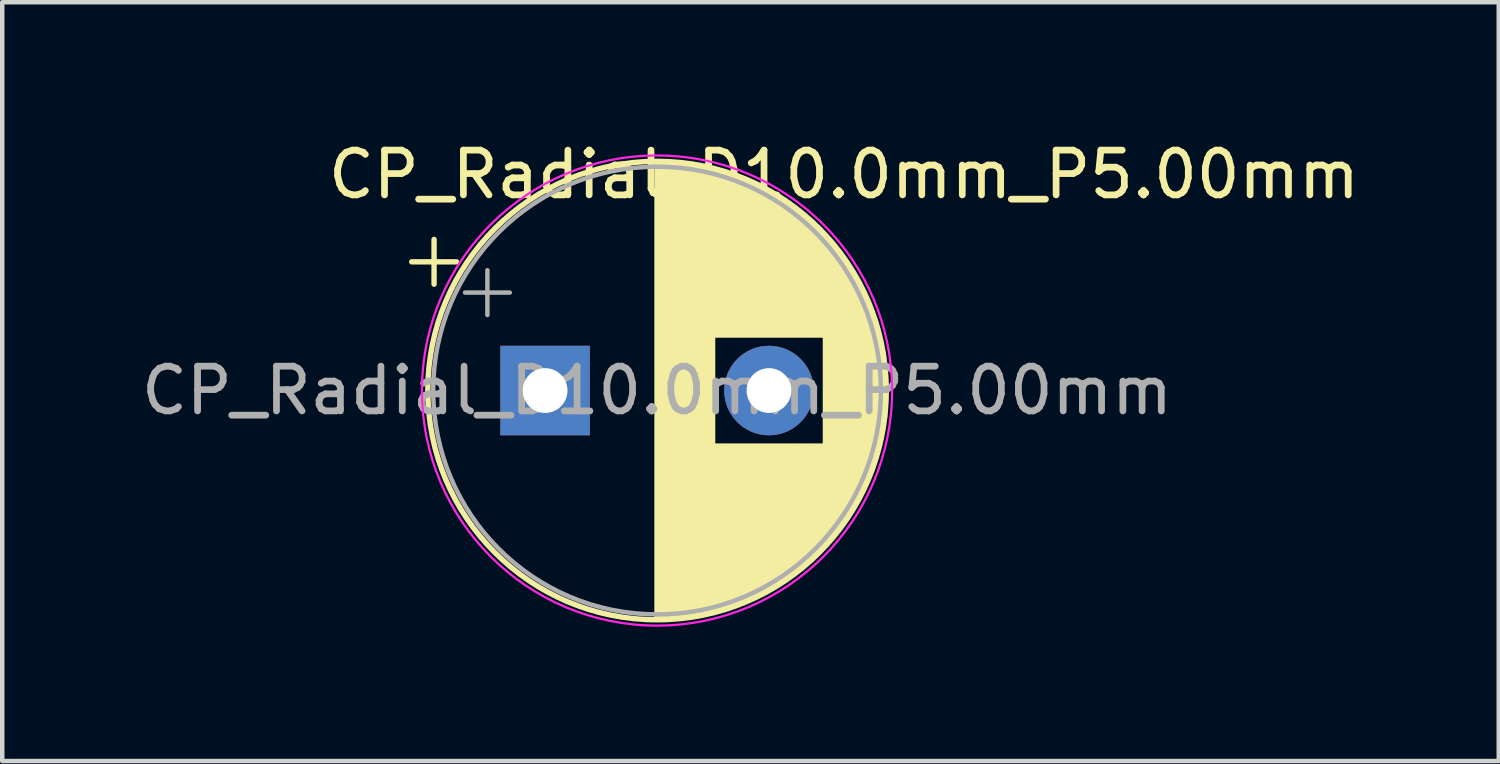
<source format=kicad_pcb>
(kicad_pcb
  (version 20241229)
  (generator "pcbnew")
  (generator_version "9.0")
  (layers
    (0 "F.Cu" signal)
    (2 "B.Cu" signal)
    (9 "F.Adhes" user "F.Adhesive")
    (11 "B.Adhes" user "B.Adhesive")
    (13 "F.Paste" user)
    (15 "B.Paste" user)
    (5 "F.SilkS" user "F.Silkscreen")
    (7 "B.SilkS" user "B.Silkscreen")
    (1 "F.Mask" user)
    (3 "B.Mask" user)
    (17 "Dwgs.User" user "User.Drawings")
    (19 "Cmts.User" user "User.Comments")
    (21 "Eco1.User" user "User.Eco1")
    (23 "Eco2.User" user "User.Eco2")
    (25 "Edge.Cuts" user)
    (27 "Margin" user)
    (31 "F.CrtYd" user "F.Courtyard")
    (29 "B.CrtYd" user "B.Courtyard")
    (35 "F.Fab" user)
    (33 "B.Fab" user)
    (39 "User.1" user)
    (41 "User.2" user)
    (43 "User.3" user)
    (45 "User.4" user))
  (footprint "CP_Radial_D10.0mm_P5.00mm"
    (layer "F.Cu")
    (at 9.125 5.673)
    (property "Reference" "CP_Radial_D10.0mm_P5.00mm" (at 6.675 -4.825 0) (layer "F.SilkS") (effects (font (size 1 1) (thickness 0.15))))
    (attr through_hole)
    (fp_line (start -2.98 -2.875) (end -1.98 -2.875) (stroke (width 0.12) (type solid)) (layer "F.SilkS"))
    (fp_line (start -2.48 -3.375) (end -2.48 -2.375) (stroke (width 0.12) (type solid)) (layer "F.SilkS"))
    (fp_line (start 2.5 -5.08) (end 2.5 5.08) (stroke (width 0.12) (type solid)) (layer "F.SilkS"))
    (fp_line (start 2.54 -5.08) (end 2.54 5.08) (stroke (width 0.12) (type solid)) (layer "F.SilkS"))
    (fp_line (start 2.58 -5.08) (end 2.58 5.08) (stroke (width 0.12) (type solid)) (layer "F.SilkS"))
    (fp_line (start 2.62 -5.079) (end 2.62 5.079) (stroke (width 0.12) (type solid)) (layer "F.SilkS"))
    (fp_line (start 2.66 -5.078) (end 2.66 5.078) (stroke (width 0.12) (type solid)) (layer "F.SilkS"))
    (fp_line (start 2.7 -5.077) (end 2.7 5.077) (stroke (width 0.12) (type solid)) (layer "F.SilkS"))
    (fp_line (start 2.74 -5.075) (end 2.74 5.075) (stroke (width 0.12) (type solid)) (layer "F.SilkS"))
    (fp_line (start 2.78 -5.073) (end 2.78 5.073) (stroke (width 0.12) (type solid)) (layer "F.SilkS"))
    (fp_line (start 2.82 -5.07) (end 2.82 5.07) (stroke (width 0.12) (type solid)) (layer "F.SilkS"))
    (fp_line (start 2.86 -5.068) (end 2.86 5.068) (stroke (width 0.12) (type solid)) (layer "F.SilkS"))
    (fp_line (start 2.9 -5.065) (end 2.9 5.065) (stroke (width 0.12) (type solid)) (layer "F.SilkS"))
    (fp_line (start 2.94 -5.062) (end 2.94 5.062) (stroke (width 0.12) (type solid)) (layer "F.SilkS"))
    (fp_line (start 2.98 -5.058) (end 2.98 5.058) (stroke (width 0.12) (type solid)) (layer "F.SilkS"))
    (fp_line (start 3.02 -5.054) (end 3.02 5.054) (stroke (width 0.12) (type solid)) (layer "F.SilkS"))
    (fp_line (start 3.06 -5.05) (end 3.06 5.05) (stroke (width 0.12) (type solid)) (layer "F.SilkS"))
    (fp_line (start 3.1 -5.045) (end 3.1 5.045) (stroke (width 0.12) (type solid)) (layer "F.SilkS"))
    (fp_line (start 3.14 -5.04) (end 3.14 5.04) (stroke (width 0.12) (type solid)) (layer "F.SilkS"))
    (fp_line (start 3.18 -5.035) (end 3.18 5.035) (stroke (width 0.12) (type solid)) (layer "F.SilkS"))
    (fp_line (start 3.221 -5.03) (end 3.221 5.03) (stroke (width 0.12) (type solid)) (layer "F.SilkS"))
    (fp_line (start 3.261 -5.024) (end 3.261 5.024) (stroke (width 0.12) (type solid)) (layer "F.SilkS"))
    (fp_line (start 3.301 -5.018) (end 3.301 5.018) (stroke (width 0.12) (type solid)) (layer "F.SilkS"))
    (fp_line (start 3.341 -5.011) (end 3.341 5.011) (stroke (width 0.12) (type solid)) (layer "F.SilkS"))
    (fp_line (start 3.381 -5.004) (end 3.381 5.004) (stroke (width 0.12) (type solid)) (layer "F.SilkS"))
    (fp_line (start 3.421 -4.997) (end 3.421 4.997) (stroke (width 0.12) (type solid)) (layer "F.SilkS"))
    (fp_line (start 3.461 -4.99) (end 3.461 4.99) (stroke (width 0.12) (type solid)) (layer "F.SilkS"))
    (fp_line (start 3.501 -4.982) (end 3.501 4.982) (stroke (width 0.12) (type solid)) (layer "F.SilkS"))
    (fp_line (start 3.541 -4.974) (end 3.541 4.974) (stroke (width 0.12) (type solid)) (layer "F.SilkS"))
    (fp_line (start 3.581 -4.965) (end 3.581 4.965) (stroke (width 0.12) (type solid)) (layer "F.SilkS"))
    (fp_line (start 3.621 -4.956) (end 3.621 4.956) (stroke (width 0.12) (type solid)) (layer "F.SilkS"))
    (fp_line (start 3.661 -4.947) (end 3.661 4.947) (stroke (width 0.12) (type solid)) (layer "F.SilkS"))
    (fp_line (start 3.701 -4.938) (end 3.701 4.938) (stroke (width 0.12) (type solid)) (layer "F.SilkS"))
    (fp_line (start 3.741 -4.928) (end 3.741 4.928) (stroke (width 0.12) (type solid)) (layer "F.SilkS"))
    (fp_line (start 3.781 -4.918) (end 3.781 -1.241) (stroke (width 0.12) (type solid)) (layer "F.SilkS"))
    (fp_line (start 3.781 1.241) (end 3.781 4.918) (stroke (width 0.12) (type solid)) (layer "F.SilkS"))
    (fp_line (start 3.821 -4.907) (end 3.821 -1.241) (stroke (width 0.12) (type solid)) (layer "F.SilkS"))
    (fp_line (start 3.821 1.241) (end 3.821 4.907) (stroke (width 0.12) (type solid)) (layer "F.SilkS"))
    (fp_line (start 3.861 -4.897) (end 3.861 -1.241) (stroke (width 0.12) (type solid)) (layer "F.SilkS"))
    (fp_line (start 3.861 1.241) (end 3.861 4.897) (stroke (width 0.12) (type solid)) (layer "F.SilkS"))
    (fp_line (start 3.901 -4.885) (end 3.901 -1.241) (stroke (width 0.12) (type solid)) (layer "F.SilkS"))
    (fp_line (start 3.901 1.241) (end 3.901 4.885) (stroke (width 0.12) (type solid)) (layer "F.SilkS"))
    (fp_line (start 3.941 -4.874) (end 3.941 -1.241) (stroke (width 0.12) (type solid)) (layer "F.SilkS"))
    (fp_line (start 3.941 1.241) (end 3.941 4.874) (stroke (width 0.12) (type solid)) (layer "F.SilkS"))
    (fp_line (start 3.981 -4.862) (end 3.981 -1.241) (stroke (width 0.12) (type solid)) (layer "F.SilkS"))
    (fp_line (start 3.981 1.241) (end 3.981 4.862) (stroke (width 0.12) (type solid)) (layer "F.SilkS"))
    (fp_line (start 4.021 -4.85) (end 4.021 -1.241) (stroke (width 0.12) (type solid)) (layer "F.SilkS"))
    (fp_line (start 4.021 1.241) (end 4.021 4.85) (stroke (width 0.12) (type solid)) (layer "F.SilkS"))
    (fp_line (start 4.061 -4.837) (end 4.061 -1.241) (stroke (width 0.12) (type solid)) (layer "F.SilkS"))
    (fp_line (start 4.061 1.241) (end 4.061 4.837) (stroke (width 0.12) (type solid)) (layer "F.SilkS"))
    (fp_line (start 4.101 -4.824) (end 4.101 -1.241) (stroke (width 0.12) (type solid)) (layer "F.SilkS"))
    (fp_line (start 4.101 1.241) (end 4.101 4.824) (stroke (width 0.12) (type solid)) (layer "F.SilkS"))
    (fp_line (start 4.141 -4.811) (end 4.141 -1.241) (stroke (width 0.12) (type solid)) (layer "F.SilkS"))
    (fp_line (start 4.141 1.241) (end 4.141 4.811) (stroke (width 0.12) (type solid)) (layer "F.SilkS"))
    (fp_line (start 4.181 -4.797) (end 4.181 -1.241) (stroke (width 0.12) (type solid)) (layer "F.SilkS"))
    (fp_line (start 4.181 1.241) (end 4.181 4.797) (stroke (width 0.12) (type solid)) (layer "F.SilkS"))
    (fp_line (start 4.221 -4.783) (end 4.221 -1.241) (stroke (width 0.12) (type solid)) (layer "F.SilkS"))
    (fp_line (start 4.221 1.241) (end 4.221 4.783) (stroke (width 0.12) (type solid)) (layer "F.SilkS"))
    (fp_line (start 4.261 -4.768) (end 4.261 -1.241) (stroke (width 0.12) (type solid)) (layer "F.SilkS"))
    (fp_line (start 4.261 1.241) (end 4.261 4.768) (stroke (width 0.12) (type solid)) (layer "F.SilkS"))
    (fp_line (start 4.301 -4.754) (end 4.301 -1.241) (stroke (width 0.12) (type solid)) (layer "F.SilkS"))
    (fp_line (start 4.301 1.241) (end 4.301 4.754) (stroke (width 0.12) (type solid)) (layer "F.SilkS"))
    (fp_line (start 4.341 -4.738) (end 4.341 -1.241) (stroke (width 0.12) (type solid)) (layer "F.SilkS"))
    (fp_line (start 4.341 1.241) (end 4.341 4.738) (stroke (width 0.12) (type solid)) (layer "F.SilkS"))
    (fp_line (start 4.381 -4.723) (end 4.381 -1.241) (stroke (width 0.12) (type solid)) (layer "F.SilkS"))
    (fp_line (start 4.381 1.241) (end 4.381 4.723) (stroke (width 0.12) (type solid)) (layer "F.SilkS"))
    (fp_line (start 4.421 -4.707) (end 4.421 -1.241) (stroke (width 0.12) (type solid)) (layer "F.SilkS"))
    (fp_line (start 4.421 1.241) (end 4.421 4.707) (stroke (width 0.12) (type solid)) (layer "F.SilkS"))
    (fp_line (start 4.461 -4.69) (end 4.461 -1.241) (stroke (width 0.12) (type solid)) (layer "F.SilkS"))
    (fp_line (start 4.461 1.241) (end 4.461 4.69) (stroke (width 0.12) (type solid)) (layer "F.SilkS"))
    (fp_line (start 4.501 -4.674) (end 4.501 -1.241) (stroke (width 0.12) (type solid)) (layer "F.SilkS"))
    (fp_line (start 4.501 1.241) (end 4.501 4.674) (stroke (width 0.12) (type solid)) (layer "F.SilkS"))
    (fp_line (start 4.541 -4.657) (end 4.541 -1.241) (stroke (width 0.12) (type solid)) (layer "F.SilkS"))
    (fp_line (start 4.541 1.241) (end 4.541 4.657) (stroke (width 0.12) (type solid)) (layer "F.SilkS"))
    (fp_line (start 4.581 -4.639) (end 4.581 -1.241) (stroke (width 0.12) (type solid)) (layer "F.SilkS"))
    (fp_line (start 4.581 1.241) (end 4.581 4.639) (stroke (width 0.12) (type solid)) (layer "F.SilkS"))
    (fp_line (start 4.621 -4.621) (end 4.621 -1.241) (stroke (width 0.12) (type solid)) (layer "F.SilkS"))
    (fp_line (start 4.621 1.241) (end 4.621 4.621) (stroke (width 0.12) (type solid)) (layer "F.SilkS"))
    (fp_line (start 4.661 -4.603) (end 4.661 -1.241) (stroke (width 0.12) (type solid)) (layer "F.SilkS"))
    (fp_line (start 4.661 1.241) (end 4.661 4.603) (stroke (width 0.12) (type solid)) (layer "F.SilkS"))
    (fp_line (start 4.701 -4.584) (end 4.701 -1.241) (stroke (width 0.12) (type solid)) (layer "F.SilkS"))
    (fp_line (start 4.701 1.241) (end 4.701 4.584) (stroke (width 0.12) (type solid)) (layer "F.SilkS"))
    (fp_line (start 4.741 -4.564) (end 4.741 -1.241) (stroke (width 0.12) (type solid)) (layer "F.SilkS"))
    (fp_line (start 4.741 1.241) (end 4.741 4.564) (stroke (width 0.12) (type solid)) (layer "F.SilkS"))
    (fp_line (start 4.781 -4.545) (end 4.781 -1.241) (stroke (width 0.12) (type solid)) (layer "F.SilkS"))
    (fp_line (start 4.781 1.241) (end 4.781 4.545) (stroke (width 0.12) (type solid)) (layer "F.SilkS"))
    (fp_line (start 4.821 -4.525) (end 4.821 -1.241) (stroke (width 0.12) (type solid)) (layer "F.SilkS"))
    (fp_line (start 4.821 1.241) (end 4.821 4.525) (stroke (width 0.12) (type solid)) (layer "F.SilkS"))
    (fp_line (start 4.861 -4.504) (end 4.861 -1.241) (stroke (width 0.12) (type solid)) (layer "F.SilkS"))
    (fp_line (start 4.861 1.241) (end 4.861 4.504) (stroke (width 0.12) (type solid)) (layer "F.SilkS"))
    (fp_line (start 4.901 -4.483) (end 4.901 -1.241) (stroke (width 0.12) (type solid)) (layer "F.SilkS"))
    (fp_line (start 4.901 1.241) (end 4.901 4.483) (stroke (width 0.12) (type solid)) (layer "F.SilkS"))
    (fp_line (start 4.941 -4.462) (end 4.941 -1.241) (stroke (width 0.12) (type solid)) (layer "F.SilkS"))
    (fp_line (start 4.941 1.241) (end 4.941 4.462) (stroke (width 0.12) (type solid)) (layer "F.SilkS"))
    (fp_line (start 4.981 -4.44) (end 4.981 -1.241) (stroke (width 0.12) (type solid)) (layer "F.SilkS"))
    (fp_line (start 4.981 1.241) (end 4.981 4.44) (stroke (width 0.12) (type solid)) (layer "F.SilkS"))
    (fp_line (start 5.021 -4.417) (end 5.021 -1.241) (stroke (width 0.12) (type solid)) (layer "F.SilkS"))
    (fp_line (start 5.021 1.241) (end 5.021 4.417) (stroke (width 0.12) (type solid)) (layer "F.SilkS"))
    (fp_line (start 5.061 -4.395) (end 5.061 -1.241) (stroke (width 0.12) (type solid)) (layer "F.SilkS"))
    (fp_line (start 5.061 1.241) (end 5.061 4.395) (stroke (width 0.12) (type solid)) (layer "F.SilkS"))
    (fp_line (start 5.101 -4.371) (end 5.101 -1.241) (stroke (width 0.12) (type solid)) (layer "F.SilkS"))
    (fp_line (start 5.101 1.241) (end 5.101 4.371) (stroke (width 0.12) (type solid)) (layer "F.SilkS"))
    (fp_line (start 5.141 -4.347) (end 5.141 -1.241) (stroke (width 0.12) (type solid)) (layer "F.SilkS"))
    (fp_line (start 5.141 1.241) (end 5.141 4.347) (stroke (width 0.12) (type solid)) (layer "F.SilkS"))
    (fp_line (start 5.181 -4.323) (end 5.181 -1.241) (stroke (width 0.12) (type solid)) (layer "F.SilkS"))
    (fp_line (start 5.181 1.241) (end 5.181 4.323) (stroke (width 0.12) (type solid)) (layer "F.SilkS"))
    (fp_line (start 5.221 -4.298) (end 5.221 -1.241) (stroke (width 0.12) (type solid)) (layer "F.SilkS"))
    (fp_line (start 5.221 1.241) (end 5.221 4.298) (stroke (width 0.12) (type solid)) (layer "F.SilkS"))
    (fp_line (start 5.261 -4.273) (end 5.261 -1.241) (stroke (width 0.12) (type solid)) (layer "F.SilkS"))
    (fp_line (start 5.261 1.241) (end 5.261 4.273) (stroke (width 0.12) (type solid)) (layer "F.SilkS"))
    (fp_line (start 5.301 -4.247) (end 5.301 -1.241) (stroke (width 0.12) (type solid)) (layer "F.SilkS"))
    (fp_line (start 5.301 1.241) (end 5.301 4.247) (stroke (width 0.12) (type solid)) (layer "F.SilkS"))
    (fp_line (start 5.341 -4.221) (end 5.341 -1.241) (stroke (width 0.12) (type solid)) (layer "F.SilkS"))
    (fp_line (start 5.341 1.241) (end 5.341 4.221) (stroke (width 0.12) (type solid)) (layer "F.SilkS"))
    (fp_line (start 5.381 -4.194) (end 5.381 -1.241) (stroke (width 0.12) (type solid)) (layer "F.SilkS"))
    (fp_line (start 5.381 1.241) (end 5.381 4.194) (stroke (width 0.12) (type solid)) (layer "F.SilkS"))
    (fp_line (start 5.421 -4.166) (end 5.421 -1.241) (stroke (width 0.12) (type solid)) (layer "F.SilkS"))
    (fp_line (start 5.421 1.241) (end 5.421 4.166) (stroke (width 0.12) (type solid)) (layer "F.SilkS"))
    (fp_line (start 5.461 -4.138) (end 5.461 -1.241) (stroke (width 0.12) (type solid)) (layer "F.SilkS"))
    (fp_line (start 5.461 1.241) (end 5.461 4.138) (stroke (width 0.12) (type solid)) (layer "F.SilkS"))
    (fp_line (start 5.501 -4.11) (end 5.501 -1.241) (stroke (width 0.12) (type solid)) (layer "F.SilkS"))
    (fp_line (start 5.501 1.241) (end 5.501 4.11) (stroke (width 0.12) (type solid)) (layer "F.SilkS"))
    (fp_line (start 5.541 -4.08) (end 5.541 -1.241) (stroke (width 0.12) (type solid)) (layer "F.SilkS"))
    (fp_line (start 5.541 1.241) (end 5.541 4.08) (stroke (width 0.12) (type solid)) (layer "F.SilkS"))
    (fp_line (start 5.581 -4.05) (end 5.581 -1.241) (stroke (width 0.12) (type solid)) (layer "F.SilkS"))
    (fp_line (start 5.581 1.241) (end 5.581 4.05) (stroke (width 0.12) (type solid)) (layer "F.SilkS"))
    (fp_line (start 5.621 -4.02) (end 5.621 -1.241) (stroke (width 0.12) (type solid)) (layer "F.SilkS"))
    (fp_line (start 5.621 1.241) (end 5.621 4.02) (stroke (width 0.12) (type solid)) (layer "F.SilkS"))
    (fp_line (start 5.661 -3.989) (end 5.661 -1.241) (stroke (width 0.12) (type solid)) (layer "F.SilkS"))
    (fp_line (start 5.661 1.241) (end 5.661 3.989) (stroke (width 0.12) (type solid)) (layer "F.SilkS"))
    (fp_line (start 5.701 -3.957) (end 5.701 -1.241) (stroke (width 0.12) (type solid)) (layer "F.SilkS"))
    (fp_line (start 5.701 1.241) (end 5.701 3.957) (stroke (width 0.12) (type solid)) (layer "F.SilkS"))
    (fp_line (start 5.741 -3.925) (end 5.741 -1.241) (stroke (width 0.12) (type solid)) (layer "F.SilkS"))
    (fp_line (start 5.741 1.241) (end 5.741 3.925) (stroke (width 0.12) (type solid)) (layer "F.SilkS"))
    (fp_line (start 5.781 -3.892) (end 5.781 -1.241) (stroke (width 0.12) (type solid)) (layer "F.SilkS"))
    (fp_line (start 5.781 1.241) (end 5.781 3.892) (stroke (width 0.12) (type solid)) (layer "F.SilkS"))
    (fp_line (start 5.821 -3.858) (end 5.821 -1.241) (stroke (width 0.12) (type solid)) (layer "F.SilkS"))
    (fp_line (start 5.821 1.241) (end 5.821 3.858) (stroke (width 0.12) (type solid)) (layer "F.SilkS"))
    (fp_line (start 5.861 -3.824) (end 5.861 -1.241) (stroke (width 0.12) (type solid)) (layer "F.SilkS"))
    (fp_line (start 5.861 1.241) (end 5.861 3.824) (stroke (width 0.12) (type solid)) (layer "F.SilkS"))
    (fp_line (start 5.901 -3.789) (end 5.901 -1.241) (stroke (width 0.12) (type solid)) (layer "F.SilkS"))
    (fp_line (start 5.901 1.241) (end 5.901 3.789) (stroke (width 0.12) (type solid)) (layer "F.SilkS"))
    (fp_line (start 5.941 -3.753) (end 5.941 -1.241) (stroke (width 0.12) (type solid)) (layer "F.SilkS"))
    (fp_line (start 5.941 1.241) (end 5.941 3.753) (stroke (width 0.12) (type solid)) (layer "F.SilkS"))
    (fp_line (start 5.981 -3.716) (end 5.981 -1.241) (stroke (width 0.12) (type solid)) (layer "F.SilkS"))
    (fp_line (start 5.981 1.241) (end 5.981 3.716) (stroke (width 0.12) (type solid)) (layer "F.SilkS"))
    (fp_line (start 6.021 -3.679) (end 6.021 -1.241) (stroke (width 0.12) (type solid)) (layer "F.SilkS"))
    (fp_line (start 6.021 1.241) (end 6.021 3.679) (stroke (width 0.12) (type solid)) (layer "F.SilkS"))
    (fp_line (start 6.061 -3.64) (end 6.061 -1.241) (stroke (width 0.12) (type solid)) (layer "F.SilkS"))
    (fp_line (start 6.061 1.241) (end 6.061 3.64) (stroke (width 0.12) (type solid)) (layer "F.SilkS"))
    (fp_line (start 6.101 -3.601) (end 6.101 -1.241) (stroke (width 0.12) (type solid)) (layer "F.SilkS"))
    (fp_line (start 6.101 1.241) (end 6.101 3.601) (stroke (width 0.12) (type solid)) (layer "F.SilkS"))
    (fp_line (start 6.141 -3.561) (end 6.141 -1.241) (stroke (width 0.12) (type solid)) (layer "F.SilkS"))
    (fp_line (start 6.141 1.241) (end 6.141 3.561) (stroke (width 0.12) (type solid)) (layer "F.SilkS"))
    (fp_line (start 6.181 -3.52) (end 6.181 -1.241) (stroke (width 0.12) (type solid)) (layer "F.SilkS"))
    (fp_line (start 6.181 1.241) (end 6.181 3.52) (stroke (width 0.12) (type solid)) (layer "F.SilkS"))
    (fp_line (start 6.221 -3.478) (end 6.221 -1.241) (stroke (width 0.12) (type solid)) (layer "F.SilkS"))
    (fp_line (start 6.221 1.241) (end 6.221 3.478) (stroke (width 0.12) (type solid)) (layer "F.SilkS"))
    (fp_line (start 6.261 -3.436) (end 6.261 3.436) (stroke (width 0.12) (type solid)) (layer "F.SilkS"))
    (fp_line (start 6.301 -3.392) (end 6.301 3.392) (stroke (width 0.12) (type solid)) (layer "F.SilkS"))
    (fp_line (start 6.341 -3.347) (end 6.341 3.347) (stroke (width 0.12) (type solid)) (layer "F.SilkS"))
    (fp_line (start 6.381 -3.301) (end 6.381 3.301) (stroke (width 0.12) (type solid)) (layer "F.SilkS"))
    (fp_line (start 6.421 -3.254) (end 6.421 3.254) (stroke (width 0.12) (type solid)) (layer "F.SilkS"))
    (fp_line (start 6.461 -3.206) (end 6.461 3.206) (stroke (width 0.12) (type solid)) (layer "F.SilkS"))
    (fp_line (start 6.501 -3.156) (end 6.501 3.156) (stroke (width 0.12) (type solid)) (layer "F.SilkS"))
    (fp_line (start 6.541 -3.106) (end 6.541 3.106) (stroke (width 0.12) (type solid)) (layer "F.SilkS"))
    (fp_line (start 6.581 -3.054) (end 6.581 3.054) (stroke (width 0.12) (type solid)) (layer "F.SilkS"))
    (fp_line (start 6.621 -3) (end 6.621 3) (stroke (width 0.12) (type solid)) (layer "F.SilkS"))
    (fp_line (start 6.661 -2.945) (end 6.661 2.945) (stroke (width 0.12) (type solid)) (layer "F.SilkS"))
    (fp_line (start 6.701 -2.889) (end 6.701 2.889) (stroke (width 0.12) (type solid)) (layer "F.SilkS"))
    (fp_line (start 6.741 -2.83) (end 6.741 2.83) (stroke (width 0.12) (type solid)) (layer "F.SilkS"))
    (fp_line (start 6.781 -2.77) (end 6.781 2.77) (stroke (width 0.12) (type solid)) (layer "F.SilkS"))
    (fp_line (start 6.821 -2.709) (end 6.821 2.709) (stroke (width 0.12) (type solid)) (layer "F.SilkS"))
    (fp_line (start 6.861 -2.645) (end 6.861 2.645) (stroke (width 0.12) (type solid)) (layer "F.SilkS"))
    (fp_line (start 6.901 -2.579) (end 6.901 2.579) (stroke (width 0.12) (type solid)) (layer "F.SilkS"))
    (fp_line (start 6.941 -2.51) (end 6.941 2.51) (stroke (width 0.12) (type solid)) (layer "F.SilkS"))
    (fp_line (start 6.981 -2.439) (end 6.981 2.439) (stroke (width 0.12) (type solid)) (layer "F.SilkS"))
    (fp_line (start 7.021 -2.365) (end 7.021 2.365) (stroke (width 0.12) (type solid)) (layer "F.SilkS"))
    (fp_line (start 7.061 -2.289) (end 7.061 2.289) (stroke (width 0.12) (type solid)) (layer "F.SilkS"))
    (fp_line (start 7.101 -2.209) (end 7.101 2.209) (stroke (width 0.12) (type solid)) (layer "F.SilkS"))
    (fp_line (start 7.141 -2.125) (end 7.141 2.125) (stroke (width 0.12) (type solid)) (layer "F.SilkS"))
    (fp_line (start 7.181 -2.037) (end 7.181 2.037) (stroke (width 0.12) (type solid)) (layer "F.SilkS"))
    (fp_line (start 7.221 -1.944) (end 7.221 1.944) (stroke (width 0.12) (type solid)) (layer "F.SilkS"))
    (fp_line (start 7.261 -1.846) (end 7.261 1.846) (stroke (width 0.12) (type solid)) (layer "F.SilkS"))
    (fp_line (start 7.301 -1.742) (end 7.301 1.742) (stroke (width 0.12) (type solid)) (layer "F.SilkS"))
    (fp_line (start 7.341 -1.63) (end 7.341 1.63) (stroke (width 0.12) (type solid)) (layer "F.SilkS"))
    (fp_line (start 7.381 -1.51) (end 7.381 1.51) (stroke (width 0.12) (type solid)) (layer "F.SilkS"))
    (fp_line (start 7.421 -1.378) (end 7.421 1.378) (stroke (width 0.12) (type solid)) (layer "F.SilkS"))
    (fp_line (start 7.461 -1.23) (end 7.461 1.23) (stroke (width 0.12) (type solid)) (layer "F.SilkS"))
    (fp_line (start 7.501 -1.062) (end 7.501 1.062) (stroke (width 0.12) (type solid)) (layer "F.SilkS"))
    (fp_line (start 7.541 -0.862) (end 7.541 0.862) (stroke (width 0.12) (type solid)) (layer "F.SilkS"))
    (fp_line (start 7.581 -0.599) (end 7.581 0.599) (stroke (width 0.12) (type solid)) (layer "F.SilkS"))
    (fp_circle (center 2.5 0) (end 7.62 0) (stroke (width 0.12) (type solid)) (fill no) (layer "F.SilkS"))
    (fp_circle (center 2.5 0) (end 7.75 0) (stroke (width 0.05) (type solid)) (fill no) (layer "F.CrtYd"))
    (fp_line (start -1.789 -2.188) (end -0.789 -2.188) (stroke (width 0.1) (type solid)) (layer "F.Fab"))
    (fp_line (start -1.289 -2.688) (end -1.289 -1.688) (stroke (width 0.1) (type solid)) (layer "F.Fab"))
    (fp_circle (center 2.5 0) (end 7.5 0) (stroke (width 0.1) (type solid)) (fill no) (layer "F.Fab"))
    (fp_text user "${REFERENCE}" (at 2.5 0 0) (layer "F.Fab") (effects (font (size 1 1) (thickness 0.15))))
    (pad "1" thru_hole rect (at 0 0) (size 2 2) (drill 1) (layers "*.Cu" "*.Mask"))
    (pad "2" thru_hole circle (at 5 0) (size 2 2) (drill 1) (layers "*.Cu" "*.Mask")))
  (gr_rect
    (start -3 -3)
    (end 30.425 13.948)
    (stroke (width 0.1) (type default))
    (fill no)
    (layer "Edge.Cuts")))
</source>
